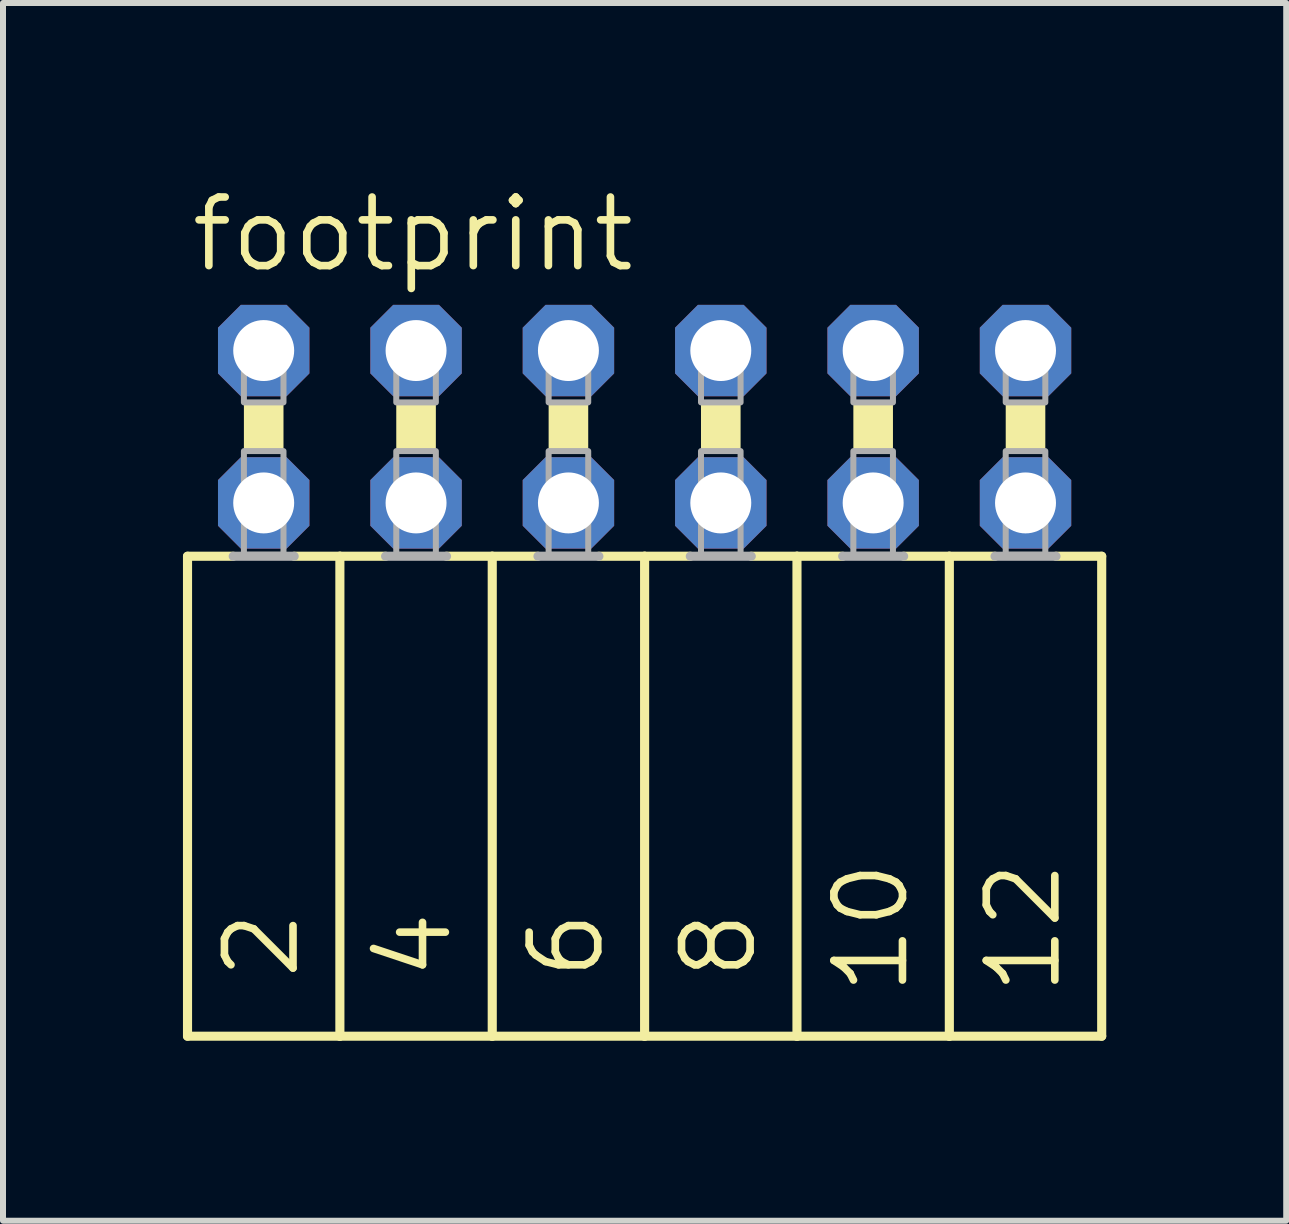
<source format=kicad_pcb>
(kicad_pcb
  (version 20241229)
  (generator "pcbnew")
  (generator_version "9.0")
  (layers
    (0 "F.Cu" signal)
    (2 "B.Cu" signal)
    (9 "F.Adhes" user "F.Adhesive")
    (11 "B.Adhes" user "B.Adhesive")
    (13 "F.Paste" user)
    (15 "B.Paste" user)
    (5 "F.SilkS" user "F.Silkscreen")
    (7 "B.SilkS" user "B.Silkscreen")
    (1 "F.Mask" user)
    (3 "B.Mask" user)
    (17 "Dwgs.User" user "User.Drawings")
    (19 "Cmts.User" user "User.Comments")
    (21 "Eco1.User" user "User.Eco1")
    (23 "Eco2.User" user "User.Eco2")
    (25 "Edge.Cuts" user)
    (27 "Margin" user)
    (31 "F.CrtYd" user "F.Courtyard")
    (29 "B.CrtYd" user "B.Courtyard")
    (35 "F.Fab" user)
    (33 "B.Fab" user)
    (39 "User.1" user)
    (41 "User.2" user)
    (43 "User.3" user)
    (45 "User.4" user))
  (footprint "footprint"
    (layer "F.Cu")
    (at 7.696 4.064)
    (property "Reference" "footprint" (at -7.62 -2.54 0) (layer "F.SilkS") (effects (font (size 1.143 1.143) (thickness 0.127)) (justify left bottom)))
    (fp_line (start -7.62 2.159) (end -7.62 10.16) (stroke (width 0.152) (type solid)) (layer "F.SilkS"))
    (fp_line (start -7.62 2.159) (end -6.858 2.159) (stroke (width 0.152) (type solid)) (layer "F.SilkS"))
    (fp_line (start -5.842 2.159) (end -5.08 2.159) (stroke (width 0.152) (type solid)) (layer "F.SilkS"))
    (fp_line (start -5.08 2.159) (end -5.08 10.16) (stroke (width 0.152) (type solid)) (layer "F.SilkS"))
    (fp_line (start -5.08 2.159) (end -4.318 2.159) (stroke (width 0.152) (type solid)) (layer "F.SilkS"))
    (fp_line (start -5.08 10.16) (end -7.62 10.16) (stroke (width 0.152) (type solid)) (layer "F.SilkS"))
    (fp_line (start -3.302 2.159) (end -2.54 2.159) (stroke (width 0.152) (type solid)) (layer "F.SilkS"))
    (fp_line (start -2.54 2.159) (end -2.54 10.16) (stroke (width 0.152) (type solid)) (layer "F.SilkS"))
    (fp_line (start -2.54 2.159) (end -1.778 2.159) (stroke (width 0.152) (type solid)) (layer "F.SilkS"))
    (fp_line (start -2.54 10.16) (end -5.08 10.16) (stroke (width 0.152) (type solid)) (layer "F.SilkS"))
    (fp_line (start -0.762 2.159) (end 0 2.159) (stroke (width 0.152) (type solid)) (layer "F.SilkS"))
    (fp_line (start 0 2.159) (end 0 10.16) (stroke (width 0.152) (type solid)) (layer "F.SilkS"))
    (fp_line (start 0 10.16) (end -2.54 10.16) (stroke (width 0.152) (type solid)) (layer "F.SilkS"))
    (fp_line (start 0.762 2.159) (end 0 2.159) (stroke (width 0.152) (type solid)) (layer "F.SilkS"))
    (fp_line (start 2.54 2.159) (end 1.778 2.159) (stroke (width 0.152) (type solid)) (layer "F.SilkS"))
    (fp_line (start 2.54 2.159) (end 2.54 10.16) (stroke (width 0.152) (type solid)) (layer "F.SilkS"))
    (fp_line (start 2.54 2.159) (end 3.302 2.159) (stroke (width 0.152) (type solid)) (layer "F.SilkS"))
    (fp_line (start 2.54 10.16) (end 0 10.16) (stroke (width 0.152) (type solid)) (layer "F.SilkS"))
    (fp_line (start 4.318 2.159) (end 5.08 2.159) (stroke (width 0.152) (type solid)) (layer "F.SilkS"))
    (fp_line (start 5.08 2.159) (end 5.08 10.16) (stroke (width 0.152) (type solid)) (layer "F.SilkS"))
    (fp_line (start 5.08 2.159) (end 5.842 2.159) (stroke (width 0.152) (type solid)) (layer "F.SilkS"))
    (fp_line (start 5.08 10.16) (end 2.54 10.16) (stroke (width 0.152) (type solid)) (layer "F.SilkS"))
    (fp_line (start 6.858 2.159) (end 7.62 2.159) (stroke (width 0.152) (type solid)) (layer "F.SilkS"))
    (fp_line (start 7.62 2.159) (end 7.62 10.16) (stroke (width 0.152) (type solid)) (layer "F.SilkS"))
    (fp_line (start 7.62 10.16) (end 5.08 10.16) (stroke (width 0.152) (type solid)) (layer "F.SilkS"))
    (fp_poly (pts (xy -6.68 0.406) (xy -6.02 0.406) (xy -6.02 -0.406) (xy -6.68 -0.406)) (stroke (width 0) (type solid)) (fill yes) (layer "F.SilkS"))
    (fp_poly (pts (xy -4.14 0.406) (xy -3.48 0.406) (xy -3.48 -0.406) (xy -4.14 -0.406)) (stroke (width 0) (type solid)) (fill yes) (layer "F.SilkS"))
    (fp_poly (pts (xy -1.6 0.406) (xy -0.94 0.406) (xy -0.94 -0.406) (xy -1.6 -0.406)) (stroke (width 0) (type solid)) (fill yes) (layer "F.SilkS"))
    (fp_poly (pts (xy 0.94 0.406) (xy 1.6 0.406) (xy 1.6 -0.406) (xy 0.94 -0.406)) (stroke (width 0) (type solid)) (fill yes) (layer "F.SilkS"))
    (fp_poly (pts (xy 3.48 0.406) (xy 4.14 0.406) (xy 4.14 -0.406) (xy 3.48 -0.406)) (stroke (width 0) (type solid)) (fill yes) (layer "F.SilkS"))
    (fp_poly (pts (xy 6.02 0.406) (xy 6.68 0.406) (xy 6.68 -0.406) (xy 6.02 -0.406)) (stroke (width 0) (type solid)) (fill yes) (layer "F.SilkS"))
    (fp_line (start -6.858 2.159) (end -5.842 2.159) (stroke (width 0.152) (type solid)) (layer "F.Fab"))
    (fp_line (start -4.318 2.159) (end -3.302 2.159) (stroke (width 0.152) (type solid)) (layer "F.Fab"))
    (fp_line (start -1.778 2.159) (end -0.762 2.159) (stroke (width 0.152) (type solid)) (layer "F.Fab"))
    (fp_line (start 1.778 2.159) (end 0.762 2.159) (stroke (width 0.152) (type solid)) (layer "F.Fab"))
    (fp_line (start 3.302 2.159) (end 4.318 2.159) (stroke (width 0.152) (type solid)) (layer "F.Fab"))
    (fp_line (start 5.842 2.159) (end 6.858 2.159) (stroke (width 0.152) (type solid)) (layer "F.Fab"))
    (fp_poly (pts (xy -6.68 -0.406) (xy -6.02 -0.406) (xy -6.02 -1.575) (xy -6.68 -1.575)) (stroke (width 0.1) (type solid)) (fill no) (layer "F.Fab"))
    (fp_poly (pts (xy -6.68 2.134) (xy -6.02 2.134) (xy -6.02 0.406) (xy -6.68 0.406)) (stroke (width 0.1) (type solid)) (fill no) (layer "F.Fab"))
    (fp_poly (pts (xy -4.14 -0.406) (xy -3.48 -0.406) (xy -3.48 -1.575) (xy -4.14 -1.575)) (stroke (width 0.1) (type solid)) (fill no) (layer "F.Fab"))
    (fp_poly (pts (xy -4.14 2.134) (xy -3.48 2.134) (xy -3.48 0.406) (xy -4.14 0.406)) (stroke (width 0.1) (type solid)) (fill no) (layer "F.Fab"))
    (fp_poly (pts (xy -1.6 -0.406) (xy -0.94 -0.406) (xy -0.94 -1.575) (xy -1.6 -1.575)) (stroke (width 0.1) (type solid)) (fill no) (layer "F.Fab"))
    (fp_poly (pts (xy -1.6 2.134) (xy -0.94 2.134) (xy -0.94 0.406) (xy -1.6 0.406)) (stroke (width 0.1) (type solid)) (fill no) (layer "F.Fab"))
    (fp_poly (pts (xy 0.94 -0.406) (xy 1.6 -0.406) (xy 1.6 -1.575) (xy 0.94 -1.575)) (stroke (width 0.1) (type solid)) (fill no) (layer "F.Fab"))
    (fp_poly (pts (xy 0.94 2.134) (xy 1.6 2.134) (xy 1.6 0.406) (xy 0.94 0.406)) (stroke (width 0.1) (type solid)) (fill no) (layer "F.Fab"))
    (fp_poly (pts (xy 3.48 -0.406) (xy 4.14 -0.406) (xy 4.14 -1.575) (xy 3.48 -1.575)) (stroke (width 0.1) (type solid)) (fill no) (layer "F.Fab"))
    (fp_poly (pts (xy 3.48 2.134) (xy 4.14 2.134) (xy 4.14 0.406) (xy 3.48 0.406)) (stroke (width 0.1) (type solid)) (fill no) (layer "F.Fab"))
    (fp_poly (pts (xy 6.02 -0.406) (xy 6.68 -0.406) (xy 6.68 -1.575) (xy 6.02 -1.575)) (stroke (width 0.1) (type solid)) (fill no) (layer "F.Fab"))
    (fp_poly (pts (xy 6.02 2.134) (xy 6.68 2.134) (xy 6.68 0.406) (xy 6.02 0.406)) (stroke (width 0.1) (type solid)) (fill no) (layer "F.Fab"))
    (fp_text user "8" (at 1.905 9.271 90) (layer "F.SilkS") (effects (font (size 1.143 1.143) (thickness 0.127)) (justify left bottom)))
    (fp_text user "12" (at 6.985 9.525 90) (layer "F.SilkS") (effects (font (size 1.143 1.143) (thickness 0.127)) (justify left bottom)))
    (fp_text user "4" (at -3.175 9.271 90) (layer "F.SilkS") (effects (font (size 1.143 1.143) (thickness 0.127)) (justify left bottom)))
    (fp_text user "2" (at -5.715 9.271 90) (layer "F.SilkS") (effects (font (size 1.143 1.143) (thickness 0.127)) (justify left bottom)))
    (fp_text user "10" (at 4.445 9.525 90) (layer "F.SilkS") (effects (font (size 1.143 1.143) (thickness 0.127)) (justify left bottom)))
    (fp_text user "6" (at -0.635 9.271 90) (layer "F.SilkS") (effects (font (size 1.143 1.143) (thickness 0.127)) (justify left bottom)))
    (pad "1" thru_hole roundrect (at -6.35 -1.27) (size 1.524 1.524) (drill 1.016) (layers "*.Cu" "*.Mask") (roundrect_rratio 0.25) (chamfer_ratio 0.25) (chamfer top_left top_right bottom_left bottom_right))
    (pad "2" thru_hole roundrect (at -6.35 1.27) (size 1.524 1.524) (drill 1.016) (layers "*.Cu" "*.Mask") (roundrect_rratio 0.25) (chamfer_ratio 0.25) (chamfer top_left top_right bottom_left bottom_right))
    (pad "3" thru_hole roundrect (at -3.81 -1.27) (size 1.524 1.524) (drill 1.016) (layers "*.Cu" "*.Mask") (roundrect_rratio 0.25) (chamfer_ratio 0.25) (chamfer top_left top_right bottom_left bottom_right))
    (pad "4" thru_hole roundrect (at -3.81 1.27) (size 1.524 1.524) (drill 1.016) (layers "*.Cu" "*.Mask") (roundrect_rratio 0.25) (chamfer_ratio 0.25) (chamfer top_left top_right bottom_left bottom_right))
    (pad "5" thru_hole roundrect (at -1.27 -1.27) (size 1.524 1.524) (drill 1.016) (layers "*.Cu" "*.Mask") (roundrect_rratio 0.25) (chamfer_ratio 0.25) (chamfer top_left top_right bottom_left bottom_right))
    (pad "6" thru_hole roundrect (at -1.27 1.27) (size 1.524 1.524) (drill 1.016) (layers "*.Cu" "*.Mask") (roundrect_rratio 0.25) (chamfer_ratio 0.25) (chamfer top_left top_right bottom_left bottom_right))
    (pad "7" thru_hole roundrect (at 1.27 -1.27) (size 1.524 1.524) (drill 1.016) (layers "*.Cu" "*.Mask") (roundrect_rratio 0.25) (chamfer_ratio 0.25) (chamfer top_left top_right bottom_left bottom_right))
    (pad "8" thru_hole roundrect (at 1.27 1.27) (size 1.524 1.524) (drill 1.016) (layers "*.Cu" "*.Mask") (roundrect_rratio 0.25) (chamfer_ratio 0.25) (chamfer top_left top_right bottom_left bottom_right))
    (pad "9" thru_hole roundrect (at 3.81 -1.27) (size 1.524 1.524) (drill 1.016) (layers "*.Cu" "*.Mask") (roundrect_rratio 0.25) (chamfer_ratio 0.25) (chamfer top_left top_right bottom_left bottom_right))
    (pad "10" thru_hole roundrect (at 3.81 1.27) (size 1.524 1.524) (drill 1.016) (layers "*.Cu" "*.Mask") (roundrect_rratio 0.25) (chamfer_ratio 0.25) (chamfer top_left top_right bottom_left bottom_right))
    (pad "11" thru_hole roundrect (at 6.35 -1.27) (size 1.524 1.524) (drill 1.016) (layers "*.Cu" "*.Mask") (roundrect_rratio 0.25) (chamfer_ratio 0.25) (chamfer top_left top_right bottom_left bottom_right))
    (pad "12" thru_hole roundrect (at 6.35 1.27) (size 1.524 1.524) (drill 1.016) (layers "*.Cu" "*.Mask") (roundrect_rratio 0.25) (chamfer_ratio 0.25) (chamfer top_left top_right bottom_left bottom_right)))
  (gr_rect
    (start -3 -3)
    (end 18.392 17.3)
    (stroke (width 0.1) (type default))
    (fill no)
    (layer "Edge.Cuts")))
</source>
